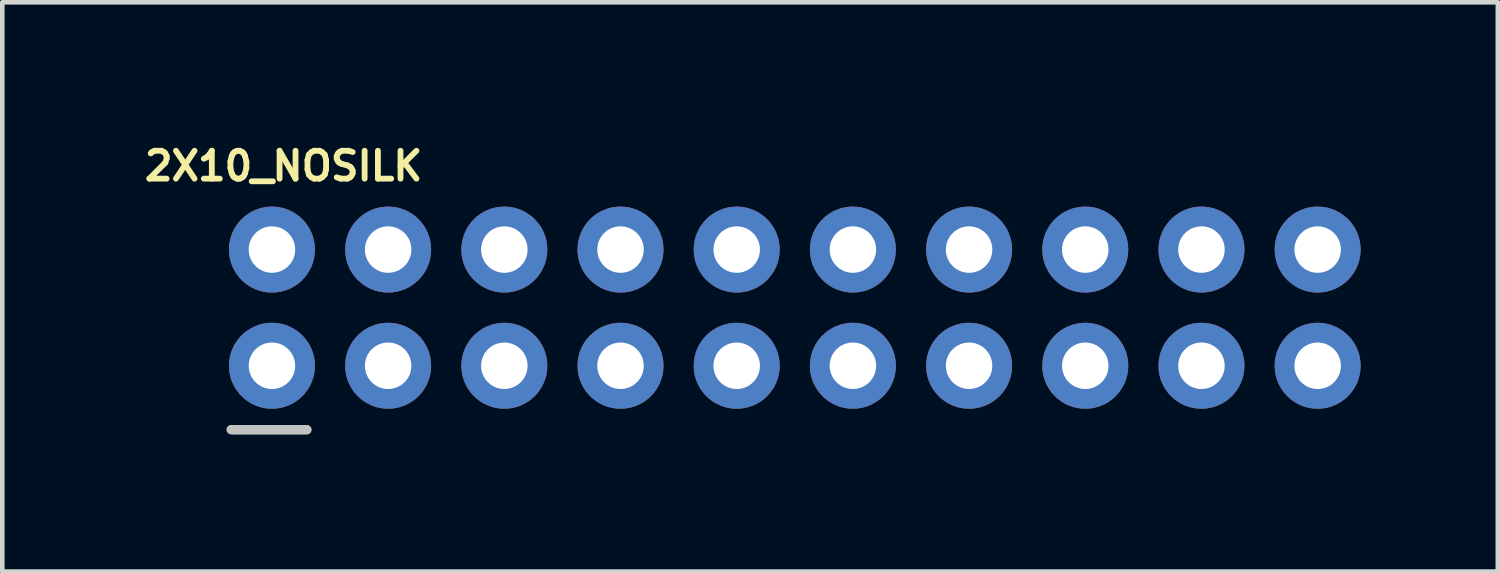
<source format=kicad_pcb>
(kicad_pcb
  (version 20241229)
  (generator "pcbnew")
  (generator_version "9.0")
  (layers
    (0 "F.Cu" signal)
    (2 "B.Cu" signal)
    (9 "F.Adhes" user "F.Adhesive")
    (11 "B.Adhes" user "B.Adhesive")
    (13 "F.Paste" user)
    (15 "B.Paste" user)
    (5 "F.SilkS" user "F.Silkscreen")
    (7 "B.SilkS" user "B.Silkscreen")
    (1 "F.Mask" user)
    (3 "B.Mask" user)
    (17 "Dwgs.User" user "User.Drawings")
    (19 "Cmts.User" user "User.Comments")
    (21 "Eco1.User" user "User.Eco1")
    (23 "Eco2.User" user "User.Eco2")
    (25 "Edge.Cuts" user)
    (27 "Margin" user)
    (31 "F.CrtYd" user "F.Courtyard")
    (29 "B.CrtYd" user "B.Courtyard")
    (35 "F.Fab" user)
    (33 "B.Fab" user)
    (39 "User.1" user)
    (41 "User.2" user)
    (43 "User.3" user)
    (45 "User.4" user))
  (footprint "2X10_NOSILK"
    (layer "F.Cu")
    (at 2.895 4.946)
    (property "Reference" "2X10_NOSILK" (at 0.254 -4.366 0) (layer "F.SilkS") (effects (font (size 0.61 0.61) (thickness 0.127))))
    (attr exclude_from_pos_files exclude_from_bom)
    (fp_line (start -0.889 1.397) (end 0.762 1.397) (stroke (width 0.203) (type solid)) (layer "Dwgs.User"))
    (fp_line (start -0.254 -2.794) (end 0.254 -2.794) (stroke (width 0.066) (type solid)) (layer "Dwgs.User"))
    (fp_line (start -0.254 -2.286) (end -0.254 -2.794) (stroke (width 0.066) (type solid)) (layer "Dwgs.User"))
    (fp_line (start -0.254 -2.286) (end 0.254 -2.286) (stroke (width 0.066) (type solid)) (layer "Dwgs.User"))
    (fp_line (start -0.254 -0.254) (end 0.254 -0.254) (stroke (width 0.066) (type solid)) (layer "Dwgs.User"))
    (fp_line (start -0.254 0.254) (end -0.254 -0.254) (stroke (width 0.066) (type solid)) (layer "Dwgs.User"))
    (fp_line (start -0.254 0.254) (end 0.254 0.254) (stroke (width 0.066) (type solid)) (layer "Dwgs.User"))
    (fp_line (start 0.254 -2.286) (end 0.254 -2.794) (stroke (width 0.066) (type solid)) (layer "Dwgs.User"))
    (fp_line (start 0.254 0.254) (end 0.254 -0.254) (stroke (width 0.066) (type solid)) (layer "Dwgs.User"))
    (fp_line (start 0.762 1.397) (end -0.889 1.397) (stroke (width 0.203) (type solid)) (layer "Dwgs.User"))
    (fp_line (start 2.286 -2.794) (end 2.794 -2.794) (stroke (width 0.066) (type solid)) (layer "Dwgs.User"))
    (fp_line (start 2.286 -2.286) (end 2.286 -2.794) (stroke (width 0.066) (type solid)) (layer "Dwgs.User"))
    (fp_line (start 2.286 -2.286) (end 2.794 -2.286) (stroke (width 0.066) (type solid)) (layer "Dwgs.User"))
    (fp_line (start 2.286 -0.254) (end 2.794 -0.254) (stroke (width 0.066) (type solid)) (layer "Dwgs.User"))
    (fp_line (start 2.286 0.254) (end 2.286 -0.254) (stroke (width 0.066) (type solid)) (layer "Dwgs.User"))
    (fp_line (start 2.286 0.254) (end 2.794 0.254) (stroke (width 0.066) (type solid)) (layer "Dwgs.User"))
    (fp_line (start 2.794 -2.286) (end 2.794 -2.794) (stroke (width 0.066) (type solid)) (layer "Dwgs.User"))
    (fp_line (start 2.794 0.254) (end 2.794 -0.254) (stroke (width 0.066) (type solid)) (layer "Dwgs.User"))
    (fp_line (start 4.826 -2.794) (end 5.334 -2.794) (stroke (width 0.066) (type solid)) (layer "Dwgs.User"))
    (fp_line (start 4.826 -2.286) (end 4.826 -2.794) (stroke (width 0.066) (type solid)) (layer "Dwgs.User"))
    (fp_line (start 4.826 -2.286) (end 5.334 -2.286) (stroke (width 0.066) (type solid)) (layer "Dwgs.User"))
    (fp_line (start 4.826 -0.254) (end 5.334 -0.254) (stroke (width 0.066) (type solid)) (layer "Dwgs.User"))
    (fp_line (start 4.826 0.254) (end 4.826 -0.254) (stroke (width 0.066) (type solid)) (layer "Dwgs.User"))
    (fp_line (start 4.826 0.254) (end 5.334 0.254) (stroke (width 0.066) (type solid)) (layer "Dwgs.User"))
    (fp_line (start 5.334 -2.286) (end 5.334 -2.794) (stroke (width 0.066) (type solid)) (layer "Dwgs.User"))
    (fp_line (start 5.334 0.254) (end 5.334 -0.254) (stroke (width 0.066) (type solid)) (layer "Dwgs.User"))
    (fp_line (start 7.366 -2.794) (end 7.874 -2.794) (stroke (width 0.066) (type solid)) (layer "Dwgs.User"))
    (fp_line (start 7.366 -2.286) (end 7.366 -2.794) (stroke (width 0.066) (type solid)) (layer "Dwgs.User"))
    (fp_line (start 7.366 -2.286) (end 7.874 -2.286) (stroke (width 0.066) (type solid)) (layer "Dwgs.User"))
    (fp_line (start 7.366 -0.254) (end 7.874 -0.254) (stroke (width 0.066) (type solid)) (layer "Dwgs.User"))
    (fp_line (start 7.366 0.254) (end 7.366 -0.254) (stroke (width 0.066) (type solid)) (layer "Dwgs.User"))
    (fp_line (start 7.366 0.254) (end 7.874 0.254) (stroke (width 0.066) (type solid)) (layer "Dwgs.User"))
    (fp_line (start 7.874 -2.286) (end 7.874 -2.794) (stroke (width 0.066) (type solid)) (layer "Dwgs.User"))
    (fp_line (start 7.874 0.254) (end 7.874 -0.254) (stroke (width 0.066) (type solid)) (layer "Dwgs.User"))
    (fp_line (start 9.906 -2.794) (end 10.414 -2.794) (stroke (width 0.066) (type solid)) (layer "Dwgs.User"))
    (fp_line (start 9.906 -2.286) (end 9.906 -2.794) (stroke (width 0.066) (type solid)) (layer "Dwgs.User"))
    (fp_line (start 9.906 -2.286) (end 10.414 -2.286) (stroke (width 0.066) (type solid)) (layer "Dwgs.User"))
    (fp_line (start 9.906 -0.254) (end 10.414 -0.254) (stroke (width 0.066) (type solid)) (layer "Dwgs.User"))
    (fp_line (start 9.906 0.254) (end 9.906 -0.254) (stroke (width 0.066) (type solid)) (layer "Dwgs.User"))
    (fp_line (start 9.906 0.254) (end 10.414 0.254) (stroke (width 0.066) (type solid)) (layer "Dwgs.User"))
    (fp_line (start 10.414 -2.286) (end 10.414 -2.794) (stroke (width 0.066) (type solid)) (layer "Dwgs.User"))
    (fp_line (start 10.414 0.254) (end 10.414 -0.254) (stroke (width 0.066) (type solid)) (layer "Dwgs.User"))
    (fp_line (start 12.446 -2.794) (end 12.954 -2.794) (stroke (width 0.066) (type solid)) (layer "Dwgs.User"))
    (fp_line (start 12.446 -2.286) (end 12.446 -2.794) (stroke (width 0.066) (type solid)) (layer "Dwgs.User"))
    (fp_line (start 12.446 -2.286) (end 12.954 -2.286) (stroke (width 0.066) (type solid)) (layer "Dwgs.User"))
    (fp_line (start 12.446 -0.254) (end 12.954 -0.254) (stroke (width 0.066) (type solid)) (layer "Dwgs.User"))
    (fp_line (start 12.446 0.254) (end 12.446 -0.254) (stroke (width 0.066) (type solid)) (layer "Dwgs.User"))
    (fp_line (start 12.446 0.254) (end 12.954 0.254) (stroke (width 0.066) (type solid)) (layer "Dwgs.User"))
    (fp_line (start 12.954 -2.286) (end 12.954 -2.794) (stroke (width 0.066) (type solid)) (layer "Dwgs.User"))
    (fp_line (start 12.954 0.254) (end 12.954 -0.254) (stroke (width 0.066) (type solid)) (layer "Dwgs.User"))
    (fp_line (start 14.986 -2.794) (end 15.494 -2.794) (stroke (width 0.066) (type solid)) (layer "Dwgs.User"))
    (fp_line (start 14.986 -2.286) (end 14.986 -2.794) (stroke (width 0.066) (type solid)) (layer "Dwgs.User"))
    (fp_line (start 14.986 -2.286) (end 15.494 -2.286) (stroke (width 0.066) (type solid)) (layer "Dwgs.User"))
    (fp_line (start 14.986 -0.254) (end 15.494 -0.254) (stroke (width 0.066) (type solid)) (layer "Dwgs.User"))
    (fp_line (start 14.986 0.254) (end 14.986 -0.254) (stroke (width 0.066) (type solid)) (layer "Dwgs.User"))
    (fp_line (start 14.986 0.254) (end 15.494 0.254) (stroke (width 0.066) (type solid)) (layer "Dwgs.User"))
    (fp_line (start 15.494 -2.286) (end 15.494 -2.794) (stroke (width 0.066) (type solid)) (layer "Dwgs.User"))
    (fp_line (start 15.494 0.254) (end 15.494 -0.254) (stroke (width 0.066) (type solid)) (layer "Dwgs.User"))
    (fp_line (start 17.523 -2.794) (end 18.034 -2.794) (stroke (width 0.066) (type solid)) (layer "Dwgs.User"))
    (fp_line (start 17.523 -2.286) (end 17.523 -2.794) (stroke (width 0.066) (type solid)) (layer "Dwgs.User"))
    (fp_line (start 17.523 -2.286) (end 18.034 -2.286) (stroke (width 0.066) (type solid)) (layer "Dwgs.User"))
    (fp_line (start 17.523 -0.254) (end 18.034 -0.254) (stroke (width 0.066) (type solid)) (layer "Dwgs.User"))
    (fp_line (start 17.523 0.254) (end 17.523 -0.254) (stroke (width 0.066) (type solid)) (layer "Dwgs.User"))
    (fp_line (start 17.523 0.254) (end 18.034 0.254) (stroke (width 0.066) (type solid)) (layer "Dwgs.User"))
    (fp_line (start 18.034 -2.286) (end 18.034 -2.794) (stroke (width 0.066) (type solid)) (layer "Dwgs.User"))
    (fp_line (start 18.034 0.254) (end 18.034 -0.254) (stroke (width 0.066) (type solid)) (layer "Dwgs.User"))
    (fp_line (start 20.066 -2.794) (end 20.574 -2.794) (stroke (width 0.066) (type solid)) (layer "Dwgs.User"))
    (fp_line (start 20.066 -2.286) (end 20.066 -2.794) (stroke (width 0.066) (type solid)) (layer "Dwgs.User"))
    (fp_line (start 20.066 -2.286) (end 20.574 -2.286) (stroke (width 0.066) (type solid)) (layer "Dwgs.User"))
    (fp_line (start 20.066 -0.254) (end 20.574 -0.254) (stroke (width 0.066) (type solid)) (layer "Dwgs.User"))
    (fp_line (start 20.066 0.254) (end 20.066 -0.254) (stroke (width 0.066) (type solid)) (layer "Dwgs.User"))
    (fp_line (start 20.066 0.254) (end 20.574 0.254) (stroke (width 0.066) (type solid)) (layer "Dwgs.User"))
    (fp_line (start 20.574 -2.286) (end 20.574 -2.794) (stroke (width 0.066) (type solid)) (layer "Dwgs.User"))
    (fp_line (start 20.574 0.254) (end 20.574 -0.254) (stroke (width 0.066) (type solid)) (layer "Dwgs.User"))
    (fp_line (start 22.606 -2.794) (end 23.114 -2.794) (stroke (width 0.066) (type solid)) (layer "Dwgs.User"))
    (fp_line (start 22.606 -2.286) (end 22.606 -2.794) (stroke (width 0.066) (type solid)) (layer "Dwgs.User"))
    (fp_line (start 22.606 -2.286) (end 23.114 -2.286) (stroke (width 0.066) (type solid)) (layer "Dwgs.User"))
    (fp_line (start 22.606 -0.254) (end 23.114 -0.254) (stroke (width 0.066) (type solid)) (layer "Dwgs.User"))
    (fp_line (start 22.606 0.254) (end 22.606 -0.254) (stroke (width 0.066) (type solid)) (layer "Dwgs.User"))
    (fp_line (start 22.606 0.254) (end 23.114 0.254) (stroke (width 0.066) (type solid)) (layer "Dwgs.User"))
    (fp_line (start 23.114 -2.286) (end 23.114 -2.794) (stroke (width 0.066) (type solid)) (layer "Dwgs.User"))
    (fp_line (start 23.114 0.254) (end 23.114 -0.254) (stroke (width 0.066) (type solid)) (layer "Dwgs.User"))
    (pad "1" thru_hole circle (at 0 0) (size 1.88 1.88) (drill 1.016) (layers "*.Cu" "*.Paste" "*.Mask"))
    (pad "2" thru_hole circle (at 0 -2.54) (size 1.88 1.88) (drill 1.016) (layers "*.Cu" "*.Paste" "*.Mask"))
    (pad "3" thru_hole circle (at 2.54 0) (size 1.88 1.88) (drill 1.016) (layers "*.Cu" "*.Paste" "*.Mask"))
    (pad "4" thru_hole circle (at 2.54 -2.54) (size 1.88 1.88) (drill 1.016) (layers "*.Cu" "*.Paste" "*.Mask"))
    (pad "5" thru_hole circle (at 5.08 0) (size 1.88 1.88) (drill 1.016) (layers "*.Cu" "*.Paste" "*.Mask"))
    (pad "6" thru_hole circle (at 5.08 -2.54) (size 1.88 1.88) (drill 1.016) (layers "*.Cu" "*.Paste" "*.Mask"))
    (pad "7" thru_hole circle (at 7.62 0) (size 1.88 1.88) (drill 1.016) (layers "*.Cu" "*.Paste" "*.Mask"))
    (pad "8" thru_hole circle (at 7.62 -2.54) (size 1.88 1.88) (drill 1.016) (layers "*.Cu" "*.Paste" "*.Mask"))
    (pad "9" thru_hole circle (at 10.16 0) (size 1.88 1.88) (drill 1.016) (layers "*.Cu" "*.Paste" "*.Mask"))
    (pad "10" thru_hole circle (at 10.16 -2.54) (size 1.88 1.88) (drill 1.016) (layers "*.Cu" "*.Paste" "*.Mask"))
    (pad "11" thru_hole circle (at 12.7 0) (size 1.88 1.88) (drill 1.016) (layers "*.Cu" "*.Paste" "*.Mask"))
    (pad "12" thru_hole circle (at 12.7 -2.54) (size 1.88 1.88) (drill 1.016) (layers "*.Cu" "*.Paste" "*.Mask"))
    (pad "13" thru_hole circle (at 15.24 0) (size 1.88 1.88) (drill 1.016) (layers "*.Cu" "*.Paste" "*.Mask"))
    (pad "14" thru_hole circle (at 15.24 -2.54) (size 1.88 1.88) (drill 1.016) (layers "*.Cu" "*.Paste" "*.Mask"))
    (pad "15" thru_hole circle (at 17.78 0) (size 1.88 1.88) (drill 1.016) (layers "*.Cu" "*.Paste" "*.Mask"))
    (pad "16" thru_hole circle (at 17.78 -2.54) (size 1.88 1.88) (drill 1.016) (layers "*.Cu" "*.Paste" "*.Mask"))
    (pad "17" thru_hole circle (at 20.32 0) (size 1.88 1.88) (drill 1.016) (layers "*.Cu" "*.Paste" "*.Mask"))
    (pad "18" thru_hole circle (at 20.32 -2.54) (size 1.88 1.88) (drill 1.016) (layers "*.Cu" "*.Paste" "*.Mask"))
    (pad "19" thru_hole circle (at 22.86 0) (size 1.88 1.88) (drill 1.016) (layers "*.Cu" "*.Paste" "*.Mask"))
    (pad "20" thru_hole circle (at 22.86 -2.54) (size 1.88 1.88) (drill 1.016) (layers "*.Cu" "*.Paste" "*.Mask")))
  (gr_rect
    (start -3 -3)
    (end 29.694 9.444)
    (stroke (width 0.1) (type default))
    (fill no)
    (layer "Edge.Cuts")))
</source>
